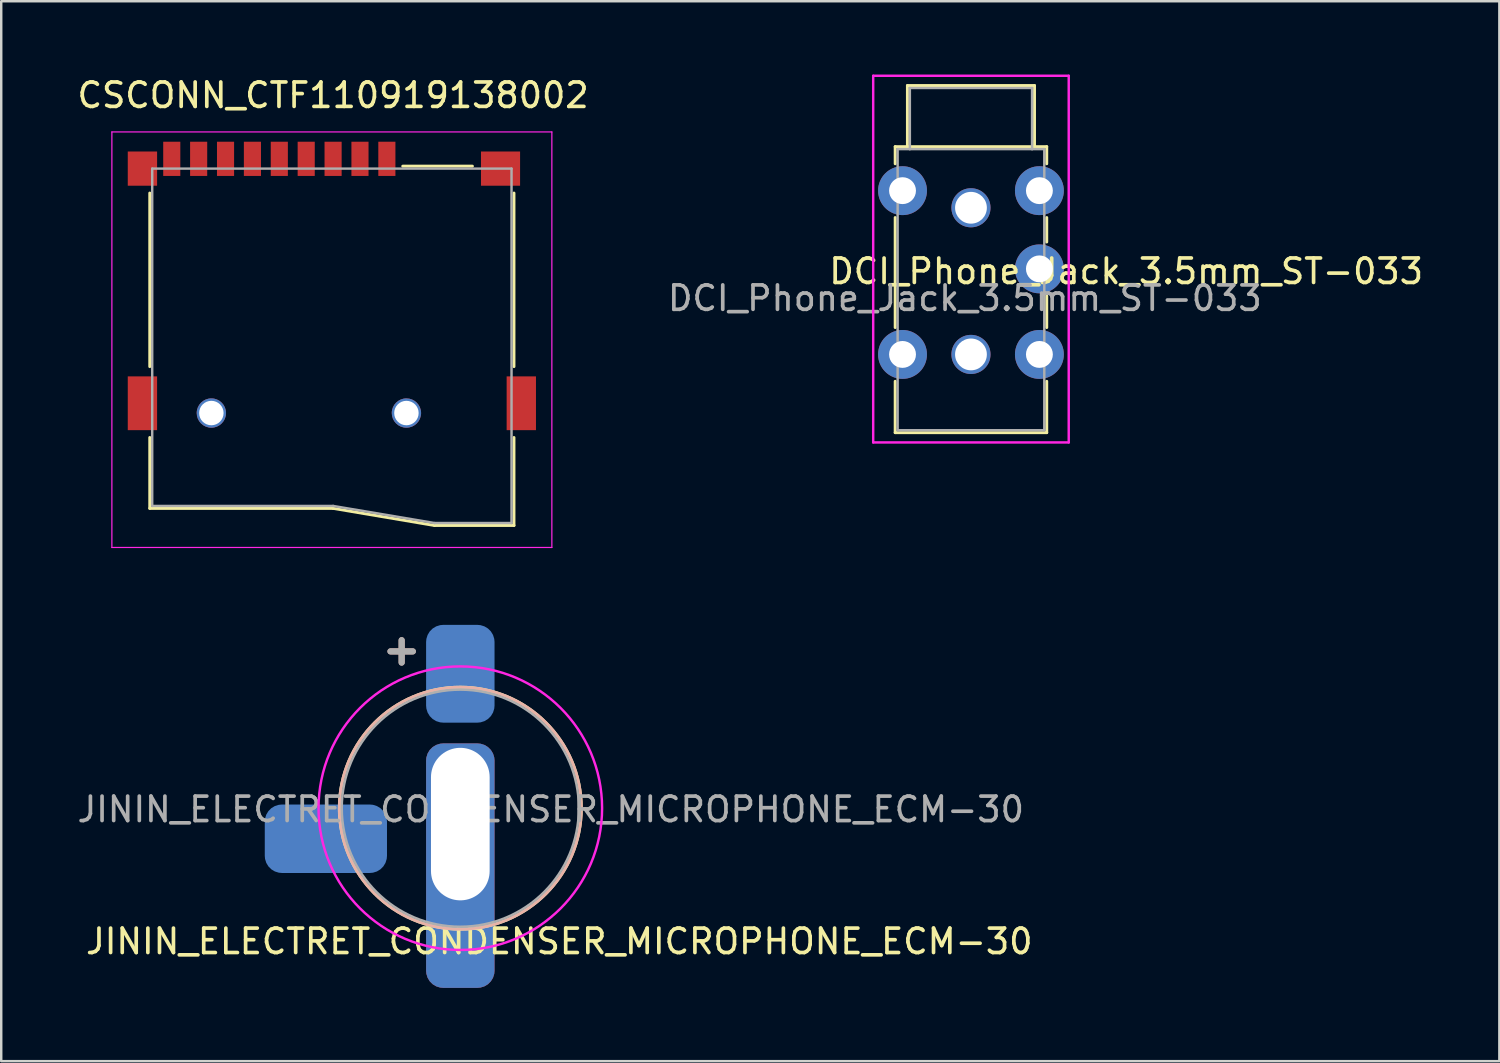
<source format=kicad_pcb>
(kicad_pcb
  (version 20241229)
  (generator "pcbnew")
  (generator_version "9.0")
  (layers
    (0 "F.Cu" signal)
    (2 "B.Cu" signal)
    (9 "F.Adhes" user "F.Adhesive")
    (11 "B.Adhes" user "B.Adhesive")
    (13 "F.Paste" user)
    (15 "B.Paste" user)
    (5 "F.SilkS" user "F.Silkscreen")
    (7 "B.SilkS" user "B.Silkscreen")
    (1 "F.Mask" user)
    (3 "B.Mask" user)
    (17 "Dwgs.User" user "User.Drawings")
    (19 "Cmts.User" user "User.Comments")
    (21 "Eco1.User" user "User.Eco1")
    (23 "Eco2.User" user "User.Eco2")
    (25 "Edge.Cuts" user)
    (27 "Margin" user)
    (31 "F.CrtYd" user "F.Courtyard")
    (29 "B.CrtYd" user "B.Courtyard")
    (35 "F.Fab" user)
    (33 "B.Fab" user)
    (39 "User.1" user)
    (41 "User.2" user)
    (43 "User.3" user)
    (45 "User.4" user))
  (footprint "CSCONN_CTF110919138002"
    (layer "F.Cu")
    (at 10.527 3.848)
    (property "Reference" "CSCONN_CTF110919138002" (at 0.05 -3 0) (layer "F.SilkS") (effects (font (size 1 1) (thickness 0.15))))
    (attr through_hole)
    (fp_line (start -7.45 1) (end -7.45 8.1) (stroke (width 0.12) (type solid)) (layer "F.SilkS"))
    (fp_line (start -7.45 11) (end -7.45 13.9) (stroke (width 0.12) (type solid)) (layer "F.SilkS"))
    (fp_line (start 0.05 13.9) (end -7.45 13.9) (stroke (width 0.12) (type solid)) (layer "F.SilkS"))
    (fp_line (start 0.05 13.9) (end 4.2 14.6) (stroke (width 0.12) (type solid)) (layer "F.SilkS"))
    (fp_line (start 4.2 14.6) (end 7.45 14.6) (stroke (width 0.12) (type solid)) (layer "F.SilkS"))
    (fp_line (start 5.75 -0.1) (end 2.9 -0.1) (stroke (width 0.12) (type solid)) (layer "F.SilkS"))
    (fp_line (start 7.45 1) (end 7.45 8.1) (stroke (width 0.12) (type solid)) (layer "F.SilkS"))
    (fp_line (start 7.45 11) (end 7.45 14.6) (stroke (width 0.12) (type solid)) (layer "F.SilkS"))
    (fp_line (start -9 -1.5) (end -9 15.5) (stroke (width 0.05) (type solid)) (layer "F.CrtYd"))
    (fp_line (start -9 -1.5) (end 9 -1.5) (stroke (width 0.05) (type solid)) (layer "F.CrtYd"))
    (fp_line (start -9 15.5) (end 9 15.5) (stroke (width 0.05) (type solid)) (layer "F.CrtYd"))
    (fp_line (start 9 -1.5) (end 9 15.5) (stroke (width 0.05) (type solid)) (layer "F.CrtYd"))
    (fp_line (start -7.35 0) (end -7.35 13.8) (stroke (width 0.1) (type solid)) (layer "F.Fab"))
    (fp_line (start -7.35 0) (end 7.35 0) (stroke (width 0.1) (type solid)) (layer "F.Fab"))
    (fp_line (start -7.35 13.8) (end 0.05 13.8) (stroke (width 0.1) (type solid)) (layer "F.Fab"))
    (fp_line (start 0.05 13.8) (end 4.2 14.5) (stroke (width 0.1) (type solid)) (layer "F.Fab"))
    (fp_line (start 7.35 0) (end 7.35 14.5) (stroke (width 0.1) (type solid)) (layer "F.Fab"))
    (fp_line (start 7.35 14.5) (end 4.2 14.5) (stroke (width 0.1) (type solid)) (layer "F.Fab"))
    (pad "" np_thru_hole circle (at -4.93 10) (size 1.2 1.2) (drill 1) (layers "*.Cu" "*.Mask"))
    (pad "" np_thru_hole circle (at 3.05 10) (size 1.2 1.2) (drill 1) (layers "*.Cu" "*.Mask"))
    (pad "1" smd rect (at 2.25 -0.4) (size 0.7 1.4) (layers "F.Cu" "F.Mask" "F.Paste"))
    (pad "2" smd rect (at 1.15 -0.4) (size 0.7 1.4) (layers "F.Cu" "F.Mask" "F.Paste"))
    (pad "3" smd rect (at 0.05 -0.4) (size 0.7 1.4) (layers "F.Cu" "F.Mask" "F.Paste"))
    (pad "4" smd rect (at -1.05 -0.4) (size 0.7 1.4) (layers "F.Cu" "F.Mask" "F.Paste"))
    (pad "5" smd rect (at -2.15 -0.4) (size 0.7 1.4) (layers "F.Cu" "F.Mask" "F.Paste"))
    (pad "6" smd rect (at -3.25 -0.4) (size 0.7 1.4) (layers "F.Cu" "F.Mask" "F.Paste"))
    (pad "7" smd rect (at -4.35 -0.4) (size 0.7 1.4) (layers "F.Cu" "F.Mask" "F.Paste"))
    (pad "8" smd rect (at -5.45 -0.4) (size 0.7 1.4) (layers "F.Cu" "F.Mask" "F.Paste"))
    (pad "9" smd rect (at -6.55 -0.4) (size 0.7 1.4) (layers "F.Cu" "F.Mask" "F.Paste"))
    (pad "10" smd rect (at -7.75 0) (size 1.2 1.4) (layers "F.Cu" "F.Mask" "F.Paste"))
    (pad "10" smd rect (at -7.75 9.6) (size 1.2 2.2) (layers "F.Cu" "F.Mask" "F.Paste"))
    (pad "10" smd rect (at 6.9 0) (size 1.6 1.4) (layers "F.Cu" "F.Mask" "F.Paste"))
    (pad "10" smd rect (at 7.75 9.6) (size 1.2 2.2) (layers "F.Cu" "F.Mask" "F.Paste")))
  (footprint "DCI_Phone_Jack_3.5mm_ST-033"
    (layer "F.Cu")
    (at 36.673 8.05)
    (property "Reference" "DCI_Phone_Jack_3.5mm_ST-033" (at 6.35 0 0) (layer "F.SilkS") (effects (font (size 1 1) (thickness 0.15))))
    (attr through_hole)
    (fp_line (start -3.1 -5.1) (end -3.1 -4.4) (stroke (width 0.12) (type solid)) (layer "F.SilkS"))
    (fp_line (start -3.1 -2.2) (end -3.1 2.3) (stroke (width 0.12) (type solid)) (layer "F.SilkS"))
    (fp_line (start -3.1 4.5) (end -3.1 6.6) (stroke (width 0.12) (type solid)) (layer "F.SilkS"))
    (fp_line (start -3.1 6.6) (end 3.1 6.6) (stroke (width 0.12) (type solid)) (layer "F.SilkS"))
    (fp_line (start -2.6 -7.6) (end -2.6 -5.1) (stroke (width 0.12) (type solid)) (layer "F.SilkS"))
    (fp_line (start -2.6 -7.6) (end 2.6 -7.6) (stroke (width 0.12) (type solid)) (layer "F.SilkS"))
    (fp_line (start -2.6 -5.1) (end -3.1 -5.1) (stroke (width 0.12) (type solid)) (layer "F.SilkS"))
    (fp_line (start -2.6 -5.1) (end 2.6 -5.1) (stroke (width 0.12) (type solid)) (layer "F.SilkS"))
    (fp_line (start 2.6 -7.6) (end 2.6 -5.1) (stroke (width 0.12) (type solid)) (layer "F.SilkS"))
    (fp_line (start 2.6 -5.1) (end 3.1 -5.1) (stroke (width 0.12) (type solid)) (layer "F.SilkS"))
    (fp_line (start 3.1 -5.1) (end 3.1 -4.4) (stroke (width 0.12) (type solid)) (layer "F.SilkS"))
    (fp_line (start 3.1 -2.2) (end 3.1 -1.2) (stroke (width 0.12) (type solid)) (layer "F.SilkS"))
    (fp_line (start 3.1 1) (end 3.1 2.3) (stroke (width 0.12) (type solid)) (layer "F.SilkS"))
    (fp_line (start 3.1 6.6) (end 3.1 4.5) (stroke (width 0.12) (type solid)) (layer "F.SilkS"))
    (fp_line (start -4 -8) (end 4 -8) (stroke (width 0.1) (type solid)) (layer "F.CrtYd"))
    (fp_line (start -4 7) (end -4 -8) (stroke (width 0.1) (type solid)) (layer "F.CrtYd"))
    (fp_line (start 4 -8) (end 4 7) (stroke (width 0.1) (type solid)) (layer "F.CrtYd"))
    (fp_line (start 4 7) (end -4 7) (stroke (width 0.1) (type solid)) (layer "F.CrtYd"))
    (fp_line (start -3 -5) (end -3 6.5) (stroke (width 0.1) (type solid)) (layer "F.Fab"))
    (fp_line (start -3 -5) (end -2.5 -5) (stroke (width 0.1) (type solid)) (layer "F.Fab"))
    (fp_line (start -3 6.5) (end 3 6.5) (stroke (width 0.1) (type solid)) (layer "F.Fab"))
    (fp_line (start -2.5 -7.5) (end -2.5 -5) (stroke (width 0.1) (type solid)) (layer "F.Fab"))
    (fp_line (start -2.5 -7.5) (end 2.5 -7.5) (stroke (width 0.1) (type solid)) (layer "F.Fab"))
    (fp_line (start -2.5 -5) (end 2.5 -5) (stroke (width 0.1) (type solid)) (layer "F.Fab"))
    (fp_line (start 2.5 -7.5) (end 2.5 -5) (stroke (width 0.1) (type solid)) (layer "F.Fab"))
    (fp_line (start 2.5 -5) (end 3 -5) (stroke (width 0.1) (type solid)) (layer "F.Fab"))
    (fp_line (start 3 -5) (end 3 6.5) (stroke (width 0.1) (type solid)) (layer "F.Fab"))
    (fp_text user "${REFERENCE}" (at -0.25 1.1 0) (layer "F.Fab") (effects (font (size 1 1) (thickness 0.15))))
    (pad "" np_thru_hole circle (at 0 -2.6) (size 1.6 1.6) (drill 1.3) (layers "*.Cu" "*.Mask"))
    (pad "" np_thru_hole circle (at 0 3.4) (size 1.6 1.6) (drill 1.3) (layers "*.Cu" "*.Mask"))
    (pad "R" thru_hole circle (at 2.8 -0.1) (size 2 2) (drill 1.1) (layers "*.Cu" "*.Mask"))
    (pad "S" thru_hole circle (at -2.8 -3.3) (size 2 2) (drill 1.1) (layers "*.Cu" "*.Mask"))
    (pad "S" thru_hole circle (at 2.8 -3.3) (size 2 2) (drill 1.1) (layers "*.Cu" "*.Mask"))
    (pad "T" thru_hole circle (at -2.8 3.4) (size 2 2) (drill 1.1) (layers "*.Cu" "*.Mask"))
    (pad "T" thru_hole circle (at 2.8 3.4) (size 2 2) (drill 1.1) (layers "*.Cu" "*.Mask")))
  (footprint "JININ_ELECTRET_CONDENSER_MICROPHONE_ECM-30"
    (layer "F.Cu")
    (at 15.782 30.014)
    (property "Reference" "JININ_ELECTRET_CONDENSER_MICROPHONE_ECM-30" (at 4.05 5.45 0) (layer "F.SilkS") (effects (font (size 1 1) (thickness 0.15))))
    (attr through_hole)
    (fp_circle (center 0 0) (end 4.95 0) (stroke (width 0.12) (type solid)) (fill no) (layer "F.SilkS"))
    (fp_circle (center 0 0) (end 4.95 0) (stroke (width 0.12) (type solid)) (fill no) (layer "B.SilkS"))
    (fp_circle (center 0 0) (end 5.8 0) (stroke (width 0.1) (type solid)) (fill no) (layer "F.CrtYd"))
    (fp_circle (center 0 0) (end 4.85 0) (stroke (width 0.1) (type solid)) (fill no) (layer "F.Fab"))
    (fp_text user "+" (at -2.4 -6.5 0) (layer "B.SilkS") (effects (font (size 1.2 1.2) (thickness 0.25)) (justify mirror)))
    (fp_text user "${REFERENCE}" (at 3.7 0.05 0) (layer "F.Fab") (effects (font (size 1 1) (thickness 0.15))))
    (fp_text user "+" (at -2.4 -6.5 0) (layer "F.Fab") (effects (font (size 1.2 1.2) (thickness 0.25))))
    (pad "1" smd roundrect (at 0 -5.5) (size 2.8 4) (layers "B.Cu" "B.Mask" "B.Paste") (roundrect_rratio 0.25))
    (pad "2" smd roundrect (at -5.5 1.25) (size 5 2.8) (layers "B.Cu" "B.Mask" "B.Paste") (roundrect_rratio 0.25))
    (pad "3" thru_hole roundrect (at 0 0.65) (size 2.8 10) (drill oval 2.4 6.24 (offset 0 1.7)) (layers "*.Mask" "B.Cu") (roundrect_rratio 0.25)))
  (gr_rect
    (start -3 -3)
    (end 58.29 40.364)
    (stroke (width 0.1) (type default))
    (fill no)
    (layer "Edge.Cuts")))
</source>
